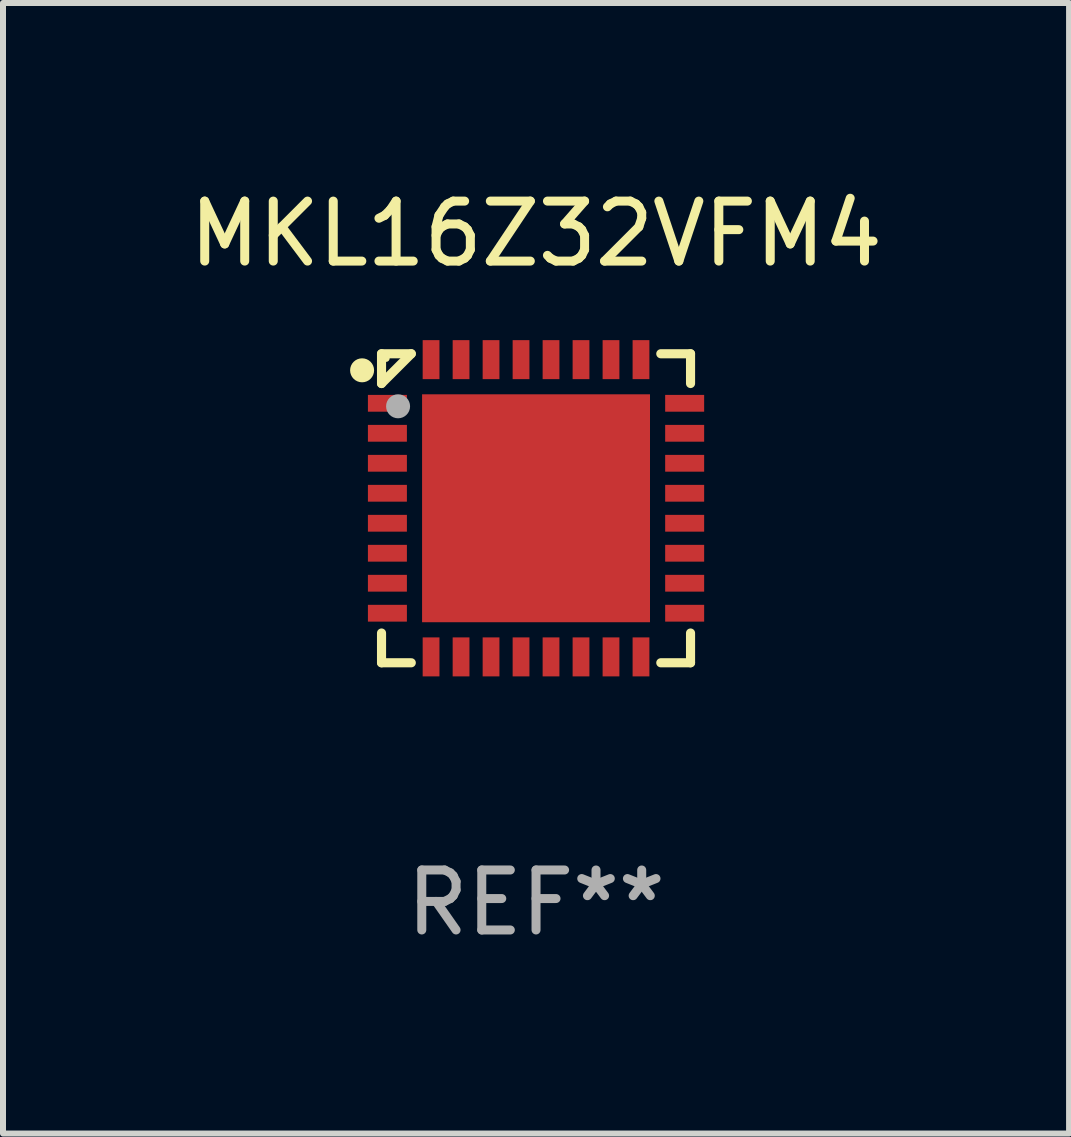
<source format=kicad_pcb>
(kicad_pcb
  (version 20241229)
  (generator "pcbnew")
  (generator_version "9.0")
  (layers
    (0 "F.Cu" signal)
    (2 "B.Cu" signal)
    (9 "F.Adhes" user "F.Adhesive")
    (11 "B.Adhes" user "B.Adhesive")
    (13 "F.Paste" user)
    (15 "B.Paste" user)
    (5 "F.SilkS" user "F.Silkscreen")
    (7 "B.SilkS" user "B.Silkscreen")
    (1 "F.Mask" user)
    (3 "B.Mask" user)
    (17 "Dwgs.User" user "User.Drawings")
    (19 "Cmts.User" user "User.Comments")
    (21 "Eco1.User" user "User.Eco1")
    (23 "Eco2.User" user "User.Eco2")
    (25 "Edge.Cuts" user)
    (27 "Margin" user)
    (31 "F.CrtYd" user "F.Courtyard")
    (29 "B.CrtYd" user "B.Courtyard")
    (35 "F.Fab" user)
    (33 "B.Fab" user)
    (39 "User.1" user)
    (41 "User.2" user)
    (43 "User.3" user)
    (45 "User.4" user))
  (footprint "MKL16Z32VFM4"
    (layer "F.Cu")
    (at 5.887 5.424)
    (property "Reference" "MKL16Z32VFM4" (at 0 -4.576 0) (layer "F.SilkS") (effects (font (size 1 1) (thickness 0.15))))
    (attr through_hole)
    (fp_line (start -2.576 -2.576) (end -2.576 -2.08) (stroke (width 0.152) (type solid)) (layer "F.SilkS"))
    (fp_line (start -2.576 2.576) (end -2.576 2.08) (stroke (width 0.152) (type solid)) (layer "F.SilkS"))
    (fp_line (start -2.08 -2.576) (end -2.576 -2.576) (stroke (width 0.152) (type solid)) (layer "F.SilkS"))
    (fp_line (start -2.08 -2.576) (end -2.576 -2.08) (stroke (width 0.152) (type solid)) (layer "F.SilkS"))
    (fp_line (start -2.08 2.576) (end -2.576 2.576) (stroke (width 0.152) (type solid)) (layer "F.SilkS"))
    (fp_line (start 2.08 -2.576) (end 2.576 -2.576) (stroke (width 0.152) (type solid)) (layer "F.SilkS"))
    (fp_line (start 2.08 2.576) (end 2.576 2.576) (stroke (width 0.152) (type solid)) (layer "F.SilkS"))
    (fp_line (start 2.576 -2.576) (end 2.576 -2.08) (stroke (width 0.152) (type solid)) (layer "F.SilkS"))
    (fp_line (start 2.576 2.576) (end 2.576 2.08) (stroke (width 0.152) (type solid)) (layer "F.SilkS"))
    (fp_circle (center -2.9 -2.3) (end -2.8 -2.3) (stroke (width 0.2) (type solid)) (fill no) (layer "F.SilkS"))
    (fp_circle (center -2.5 -2.5) (end -2.47 -2.5) (stroke (width 0.06) (type solid)) (fill no) (layer "F.SilkS"))
    (fp_circle (center -2.3 -1.7) (end -2.2 -1.7) (stroke (width 0.2) (type solid)) (fill no) (layer "F.Fab"))
    (fp_text user "REF**" (at 0 6.576 0) (layer "F.Fab") (effects (font (size 1 1) (thickness 0.15))))
    (pad "1" smd rect (at -2.478 -1.75) (size 0.65 0.28) (layers "F.Cu" "F.Mask" "F.Paste"))
    (pad "2" smd rect (at -2.478 -1.25) (size 0.65 0.28) (layers "F.Cu" "F.Mask" "F.Paste"))
    (pad "3" smd rect (at -2.478 -0.75) (size 0.65 0.28) (layers "F.Cu" "F.Mask" "F.Paste"))
    (pad "4" smd rect (at -2.478 -0.25) (size 0.65 0.28) (layers "F.Cu" "F.Mask" "F.Paste"))
    (pad "5" smd rect (at -2.478 0.25) (size 0.65 0.28) (layers "F.Cu" "F.Mask" "F.Paste"))
    (pad "6" smd rect (at -2.478 0.75) (size 0.65 0.28) (layers "F.Cu" "F.Mask" "F.Paste"))
    (pad "7" smd rect (at -2.478 1.25) (size 0.65 0.28) (layers "F.Cu" "F.Mask" "F.Paste"))
    (pad "8" smd rect (at -2.478 1.75) (size 0.65 0.28) (layers "F.Cu" "F.Mask" "F.Paste"))
    (pad "9" smd rect (at -1.75 2.478) (size 0.28 0.65) (layers "F.Cu" "F.Mask" "F.Paste"))
    (pad "10" smd rect (at -1.25 2.478) (size 0.28 0.65) (layers "F.Cu" "F.Mask" "F.Paste"))
    (pad "11" smd rect (at -0.75 2.478) (size 0.28 0.65) (layers "F.Cu" "F.Mask" "F.Paste"))
    (pad "12" smd rect (at -0.25 2.478) (size 0.28 0.65) (layers "F.Cu" "F.Mask" "F.Paste"))
    (pad "13" smd rect (at 0.25 2.478) (size 0.28 0.65) (layers "F.Cu" "F.Mask" "F.Paste"))
    (pad "14" smd rect (at 0.75 2.478) (size 0.28 0.65) (layers "F.Cu" "F.Mask" "F.Paste"))
    (pad "15" smd rect (at 1.25 2.478) (size 0.28 0.65) (layers "F.Cu" "F.Mask" "F.Paste"))
    (pad "16" smd rect (at 1.75 2.478) (size 0.28 0.65) (layers "F.Cu" "F.Mask" "F.Paste"))
    (pad "17" smd rect (at 2.478 1.75) (size 0.65 0.28) (layers "F.Cu" "F.Mask" "F.Paste"))
    (pad "18" smd rect (at 2.478 1.25) (size 0.65 0.28) (layers "F.Cu" "F.Mask" "F.Paste"))
    (pad "19" smd rect (at 2.478 0.75) (size 0.65 0.28) (layers "F.Cu" "F.Mask" "F.Paste"))
    (pad "20" smd rect (at 2.478 0.25) (size 0.65 0.28) (layers "F.Cu" "F.Mask" "F.Paste"))
    (pad "21" smd rect (at 2.478 -0.25) (size 0.65 0.28) (layers "F.Cu" "F.Mask" "F.Paste"))
    (pad "22" smd rect (at 2.478 -0.75) (size 0.65 0.28) (layers "F.Cu" "F.Mask" "F.Paste"))
    (pad "23" smd rect (at 2.478 -1.25) (size 0.65 0.28) (layers "F.Cu" "F.Mask" "F.Paste"))
    (pad "24" smd rect (at 2.478 -1.75) (size 0.65 0.28) (layers "F.Cu" "F.Mask" "F.Paste"))
    (pad "25" smd rect (at 1.75 -2.478) (size 0.28 0.65) (layers "F.Cu" "F.Mask" "F.Paste"))
    (pad "26" smd rect (at 1.25 -2.478) (size 0.28 0.65) (layers "F.Cu" "F.Mask" "F.Paste"))
    (pad "27" smd rect (at 0.75 -2.478) (size 0.28 0.65) (layers "F.Cu" "F.Mask" "F.Paste"))
    (pad "28" smd rect (at 0.25 -2.478) (size 0.28 0.65) (layers "F.Cu" "F.Mask" "F.Paste"))
    (pad "29" smd rect (at -0.25 -2.478) (size 0.28 0.65) (layers "F.Cu" "F.Mask" "F.Paste"))
    (pad "30" smd rect (at -0.75 -2.478) (size 0.28 0.65) (layers "F.Cu" "F.Mask" "F.Paste"))
    (pad "31" smd rect (at -1.25 -2.478) (size 0.28 0.65) (layers "F.Cu" "F.Mask" "F.Paste"))
    (pad "32" smd rect (at -1.75 -2.478) (size 0.28 0.65) (layers "F.Cu" "F.Mask" "F.Paste"))
    (pad "33" smd rect (at 0 0) (size 3.8 3.8) (layers "F.Cu" "F.Mask" "F.Paste")))
  (gr_rect
    (start -3 -3)
    (end 14.774 15.849)
    (stroke (width 0.1) (type default))
    (fill no)
    (layer "Edge.Cuts")))
</source>
